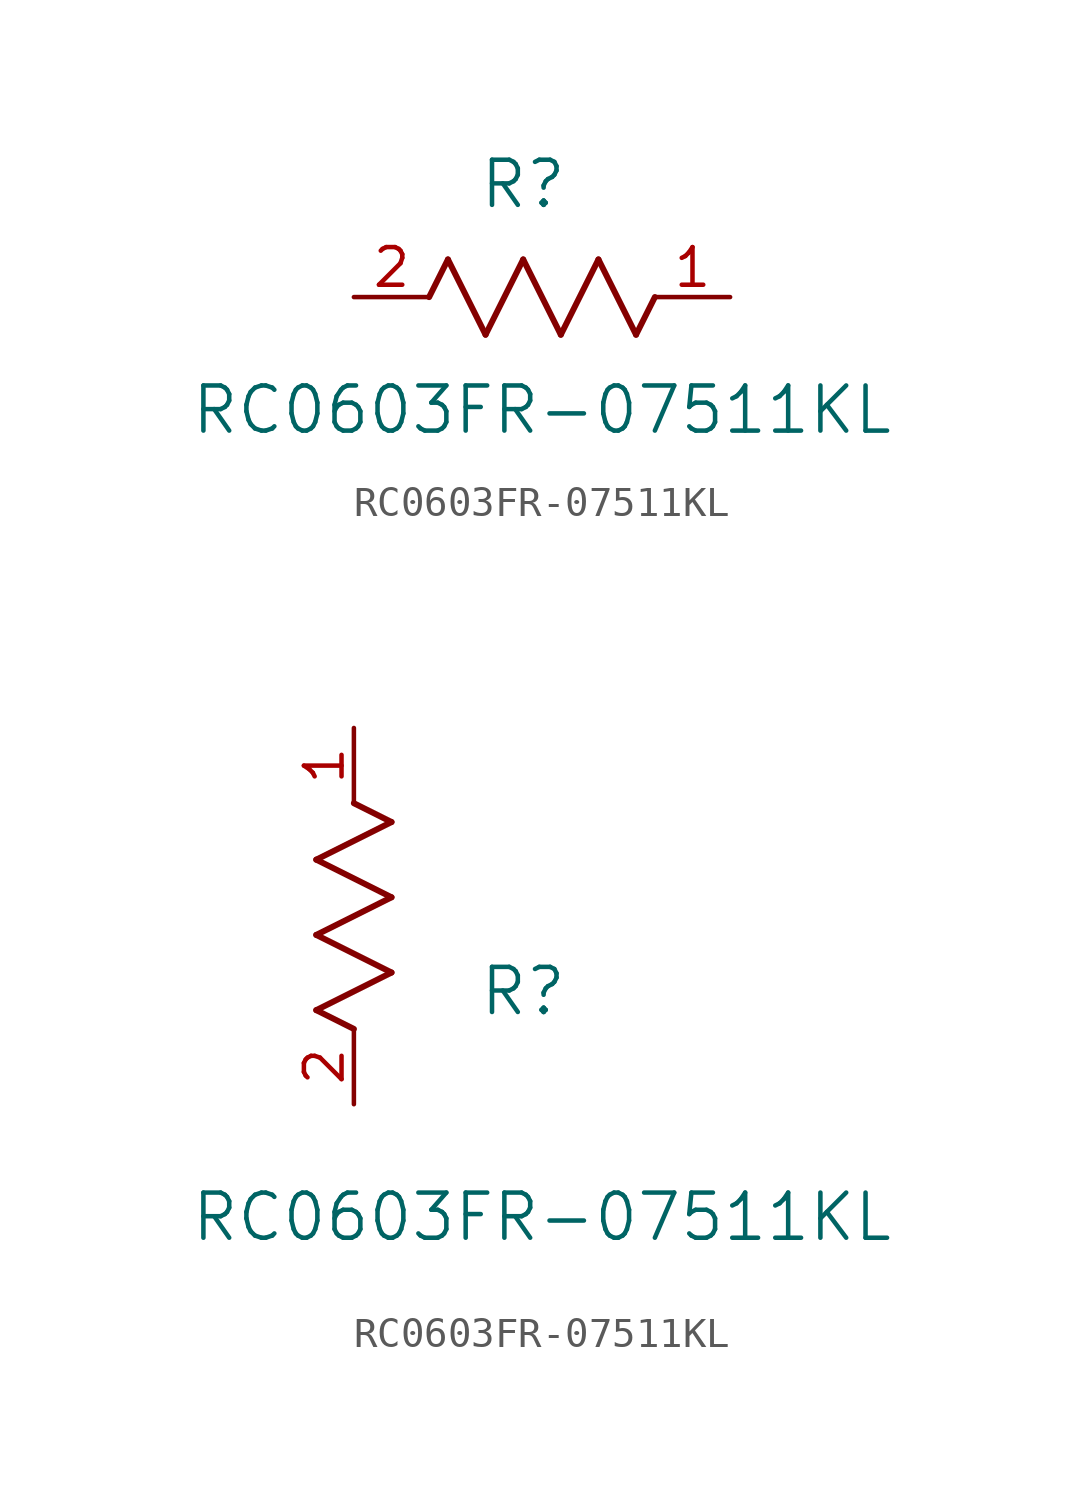
<source format=kicad_sym>
(kicad_symbol_lib
  (version 20211014)
  (generator kicad_symbol_editor)
  (symbol "RC0603FR-07511KL"
    (pin_names
      (offset 0.254))
    (property "Reference" "R"
      (at 5.715 3.81 0)
      (effects (font (size 1.524 1.524))))
    (property "Value" "RC0603FR-07511KL"
      (at 6.35 -3.81 0)
      (effects (font (size 1.524 1.524))))
    (symbol "RC0603FR-07511KL_1_1"
      (polyline (pts (xy 3.175 1.27) (xy 4.445 -1.27)) (stroke (width 0.203) (type default) (color 0 0 0 0)) (fill (type none)))
      (polyline (pts (xy 4.445 -1.27) (xy 5.715 1.27)) (stroke (width 0.203) (type default) (color 0 0 0 0)) (fill (type none)))
      (polyline (pts (xy 5.715 1.27) (xy 6.985 -1.27)) (stroke (width 0.203) (type default) (color 0 0 0 0)) (fill (type none)))
      (polyline (pts (xy 6.985 -1.27) (xy 8.255 1.27)) (stroke (width 0.203) (type default) (color 0 0 0 0)) (fill (type none)))
      (polyline (pts (xy 8.255 1.27) (xy 9.525 -1.27)) (stroke (width 0.203) (type default) (color 0 0 0 0)) (fill (type none)))
      (polyline (pts (xy 2.54 0) (xy 3.175 1.27)) (stroke (width 0.203) (type default) (color 0 0 0 0)) (fill (type none)))
      (polyline (pts (xy 9.525 -1.27) (xy 10.16 0)) (stroke (width 0.203) (type default) (color 0 0 0 0)) (fill (type none)))
      (pin unspecified line (at 12.7 0 180) (length 2.54) (name "" (effects (font (size 1.27 1.27)))) (number "1" (effects (font (size 1.27 1.27)))))
      (pin unspecified line (at 0 0 0) (length 2.54) (name "" (effects (font (size 1.27 1.27)))) (number "2" (effects (font (size 1.27 1.27))))))
    (symbol "RC0603FR-07511KL_1_2"
      (polyline (pts (xy 0 2.54) (xy -1.27 3.175)) (stroke (width 0.203) (type default) (color 0 0 0 0)) (fill (type none)))
      (polyline (pts (xy -1.27 3.175) (xy 1.27 4.445)) (stroke (width 0.203) (type default) (color 0 0 0 0)) (fill (type none)))
      (polyline (pts (xy 1.27 4.445) (xy -1.27 5.715)) (stroke (width 0.203) (type default) (color 0 0 0 0)) (fill (type none)))
      (polyline (pts (xy -1.27 5.715) (xy 1.27 6.985)) (stroke (width 0.203) (type default) (color 0 0 0 0)) (fill (type none)))
      (polyline (pts (xy -1.27 8.255) (xy 1.27 9.525)) (stroke (width 0.203) (type default) (color 0 0 0 0)) (fill (type none)))
      (polyline (pts (xy 1.27 9.525) (xy 0 10.16)) (stroke (width 0.203) (type default) (color 0 0 0 0)) (fill (type none)))
      (polyline (pts (xy 1.27 6.985) (xy -1.27 8.255)) (stroke (width 0.203) (type default) (color 0 0 0 0)) (fill (type none)))
      (pin unspecified line (at 0 12.7 270) (length 2.54) (name "" (effects (font (size 1.27 1.27)))) (number "1" (effects (font (size 1.27 1.27)))))
      (pin unspecified line (at 0 0 90) (length 2.54) (name "" (effects (font (size 1.27 1.27)))) (number "2" (effects (font (size 1.27 1.27))))))))
</source>
